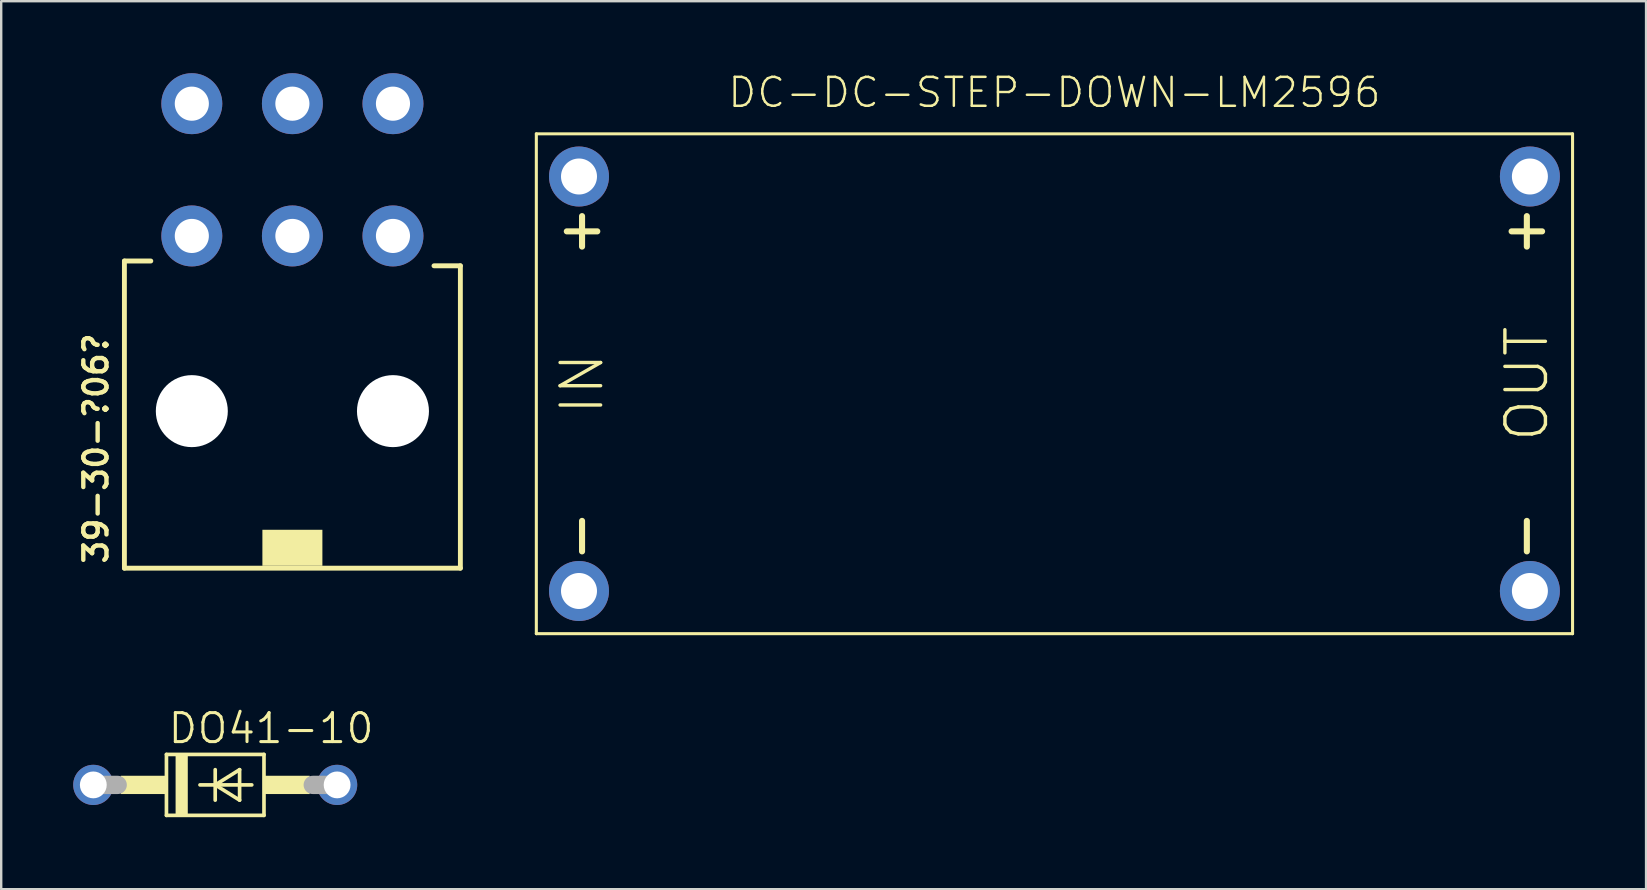
<source format=kicad_pcb>
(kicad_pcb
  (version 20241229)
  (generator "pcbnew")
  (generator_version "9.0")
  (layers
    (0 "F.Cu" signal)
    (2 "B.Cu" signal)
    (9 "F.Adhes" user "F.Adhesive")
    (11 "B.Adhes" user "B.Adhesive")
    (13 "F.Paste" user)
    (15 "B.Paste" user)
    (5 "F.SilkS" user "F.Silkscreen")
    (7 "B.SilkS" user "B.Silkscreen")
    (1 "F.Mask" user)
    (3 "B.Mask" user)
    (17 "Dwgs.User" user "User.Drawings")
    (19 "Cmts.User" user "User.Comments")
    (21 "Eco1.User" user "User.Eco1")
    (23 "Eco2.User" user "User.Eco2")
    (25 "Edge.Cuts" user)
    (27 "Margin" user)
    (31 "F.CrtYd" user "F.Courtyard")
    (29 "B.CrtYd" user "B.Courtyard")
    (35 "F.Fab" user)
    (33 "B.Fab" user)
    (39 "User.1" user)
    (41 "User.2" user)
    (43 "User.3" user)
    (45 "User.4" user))
  (footprint "DO41-10"
    (layer "F.Cu")
    (at 5.918 29.657)
    (property "Reference" "DO41-10" (at -2.032 -1.651 0) (layer "F.SilkS") (effects (font (size 1.206 1.206) (thickness 0.127)) (justify left bottom)))
    (attr through_hole)
    (fp_line (start -2.032 -1.27) (end -2.032 1.27) (stroke (width 0.152) (type solid)) (layer "F.SilkS"))
    (fp_line (start -2.032 -1.27) (end 2.032 -1.27) (stroke (width 0.152) (type solid)) (layer "F.SilkS"))
    (fp_line (start -0.635 0) (end 0 0) (stroke (width 0.152) (type solid)) (layer "F.SilkS"))
    (fp_line (start 0 -0.635) (end 0 0) (stroke (width 0.152) (type solid)) (layer "F.SilkS"))
    (fp_line (start 0 0) (end 0 0.635) (stroke (width 0.152) (type solid)) (layer "F.SilkS"))
    (fp_line (start 0 0) (end 1.016 -0.635) (stroke (width 0.152) (type solid)) (layer "F.SilkS"))
    (fp_line (start 0 0) (end 1.524 0) (stroke (width 0.152) (type solid)) (layer "F.SilkS"))
    (fp_line (start 1.016 -0.635) (end 1.016 0.635) (stroke (width 0.152) (type solid)) (layer "F.SilkS"))
    (fp_line (start 1.016 0.635) (end 0 0) (stroke (width 0.152) (type solid)) (layer "F.SilkS"))
    (fp_line (start 2.032 1.27) (end -2.032 1.27) (stroke (width 0.152) (type solid)) (layer "F.SilkS"))
    (fp_line (start 2.032 1.27) (end 2.032 -1.27) (stroke (width 0.152) (type solid)) (layer "F.SilkS"))
    (fp_poly (pts (xy -3.937 0.381) (xy -2.032 0.381) (xy -2.032 -0.381) (xy -3.937 -0.381)) (stroke (width 0) (type solid)) (fill yes) (layer "F.SilkS"))
    (fp_poly (pts (xy -1.651 1.27) (xy -1.143 1.27) (xy -1.143 -1.27) (xy -1.651 -1.27)) (stroke (width 0) (type solid)) (fill yes) (layer "F.SilkS"))
    (fp_poly (pts (xy 2.032 0.381) (xy 3.937 0.381) (xy 3.937 -0.381) (xy 2.032 -0.381)) (stroke (width 0) (type solid)) (fill yes) (layer "F.SilkS"))
    (fp_line (start -5.08 0) (end -4.064 0) (stroke (width 0.762) (type solid)) (layer "F.Fab"))
    (fp_line (start 5.08 0) (end 4.064 0) (stroke (width 0.762) (type solid)) (layer "F.Fab"))
    (pad "A" thru_hole circle (at 5.08 0) (size 1.676 1.676) (drill 1.118) (layers "*.Cu" "*.Mask"))
    (pad "C" thru_hole circle (at -5.08 0) (size 1.676 1.676) (drill 1.118) (layers "*.Cu" "*.Mask")))
  (footprint "DC-DC-STEP-DOWN-LM2596"
    (layer "F.Cu")
    (at 40.889 12.941)
    (property "Reference" "DC-DC-STEP-DOWN-LM2596" (at 0 -11.43 0) (layer "F.SilkS") (effects (font (size 1.206 1.206) (thickness 0.102)) (justify bottom)))
    (attr through_hole)
    (fp_line (start -21.59 -10.414) (end 21.59 -10.414) (stroke (width 0.127) (type solid)) (layer "F.SilkS"))
    (fp_line (start -21.59 10.414) (end -21.59 -10.414) (stroke (width 0.127) (type solid)) (layer "F.SilkS"))
    (fp_line (start -20.32 -6.35) (end -19.05 -6.35) (stroke (width 0.254) (type solid)) (layer "F.SilkS"))
    (fp_line (start -19.685 -6.985) (end -19.685 -5.715) (stroke (width 0.254) (type solid)) (layer "F.SilkS"))
    (fp_line (start -19.685 6.985) (end -19.685 5.715) (stroke (width 0.254) (type solid)) (layer "F.SilkS"))
    (fp_line (start 19.05 -6.35) (end 20.32 -6.35) (stroke (width 0.254) (type solid)) (layer "F.SilkS"))
    (fp_line (start 19.685 -6.985) (end 19.685 -5.715) (stroke (width 0.254) (type solid)) (layer "F.SilkS"))
    (fp_line (start 19.685 6.985) (end 19.685 5.715) (stroke (width 0.254) (type solid)) (layer "F.SilkS"))
    (fp_line (start 21.59 -10.414) (end 21.59 10.414) (stroke (width 0.127) (type solid)) (layer "F.SilkS"))
    (fp_line (start 21.59 10.414) (end -21.59 10.414) (stroke (width 0.127) (type solid)) (layer "F.SilkS"))
    (fp_text user "OUT" (at 19.685 0 90) (layer "F.SilkS") (effects (font (size 1.689 1.689) (thickness 0.142))))
    (fp_text user "IN" (at -19.685 0 90) (layer "F.SilkS") (effects (font (size 1.689 1.689) (thickness 0.142))))
    (pad "IN+" thru_hole circle (at -19.812 -8.636) (size 2.5 2.5) (drill 1.5) (layers "*.Cu" "*.Mask"))
    (pad "IN-" thru_hole circle (at -19.812 8.636) (size 2.5 2.5) (drill 1.5) (layers "*.Cu" "*.Mask"))
    (pad "OUT+" thru_hole circle (at 19.812 -8.636) (size 2.5 2.5) (drill 1.5) (layers "*.Cu" "*.Mask"))
    (pad "OUT-" thru_hole circle (at 19.812 8.636) (size 2.5 2.5) (drill 1.5) (layers "*.Cu" "*.Mask")))
  (footprint "39-30-?06?"
    (layer "F.Cu")
    (at 9.134 6.782)
    (property "Reference" "39-30-?06?" (at -7.62 13.754 90) (layer "F.SilkS") (effects (font (size 0.965 0.965) (thickness 0.183)) (justify left bottom)))
    (attr through_hole)
    (fp_line (start -7 1.044) (end -7 13.844) (stroke (width 0.203) (type solid)) (layer "F.SilkS"))
    (fp_line (start -7 13.844) (end 7 13.844) (stroke (width 0.203) (type solid)) (layer "F.SilkS"))
    (fp_line (start -5.9 1.044) (end -7 1.044) (stroke (width 0.203) (type solid)) (layer "F.SilkS"))
    (fp_line (start 7 1.244) (end 5.9 1.244) (stroke (width 0.203) (type solid)) (layer "F.SilkS"))
    (fp_line (start 7 13.844) (end 7 1.244) (stroke (width 0.203) (type solid)) (layer "F.SilkS"))
    (fp_poly (pts (xy -1.25 13.744) (xy 1.25 13.744) (xy 1.25 12.244) (xy -1.25 12.244)) (stroke (width 0) (type solid)) (fill yes) (layer "F.SilkS"))
    (pad "" np_thru_hole circle (at -4.191 7.3) (size 3 3) (drill 3) (layers "*.Cu" "*.Mask"))
    (pad "" np_thru_hole circle (at 4.191 7.3) (size 3 3) (drill 3) (layers "*.Cu" "*.Mask"))
    (pad "1" thru_hole circle (at 4.191 0 90) (size 2.54 2.54) (drill 1.422) (layers "*.Cu" "*.Mask"))
    (pad "2" thru_hole circle (at 0 0 90) (size 2.54 2.54) (drill 1.422) (layers "*.Cu" "*.Mask"))
    (pad "3" thru_hole circle (at -4.191 0 90) (size 2.54 2.54) (drill 1.422) (layers "*.Cu" "*.Mask"))
    (pad "4" thru_hole circle (at 4.191 -5.512 90) (size 2.54 2.54) (drill 1.422) (layers "*.Cu" "*.Mask"))
    (pad "5" thru_hole circle (at 0 -5.512 90) (size 2.54 2.54) (drill 1.422) (layers "*.Cu" "*.Mask"))
    (pad "6" thru_hole circle (at -4.191 -5.512 90) (size 2.54 2.54) (drill 1.422) (layers "*.Cu" "*.Mask")))
  (gr_rect
    (start -3 -3)
    (end 65.542 34.004)
    (stroke (width 0.1) (type default))
    (fill no)
    (layer "Edge.Cuts")))
</source>
